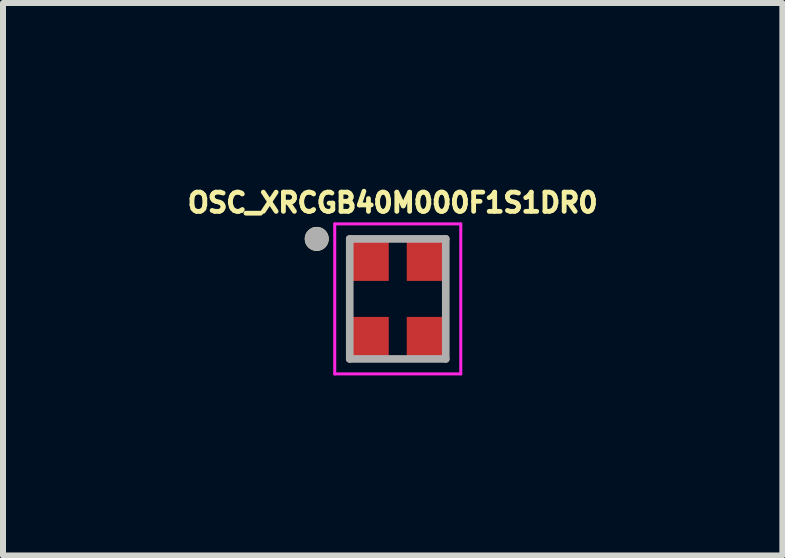
<source format=kicad_pcb>
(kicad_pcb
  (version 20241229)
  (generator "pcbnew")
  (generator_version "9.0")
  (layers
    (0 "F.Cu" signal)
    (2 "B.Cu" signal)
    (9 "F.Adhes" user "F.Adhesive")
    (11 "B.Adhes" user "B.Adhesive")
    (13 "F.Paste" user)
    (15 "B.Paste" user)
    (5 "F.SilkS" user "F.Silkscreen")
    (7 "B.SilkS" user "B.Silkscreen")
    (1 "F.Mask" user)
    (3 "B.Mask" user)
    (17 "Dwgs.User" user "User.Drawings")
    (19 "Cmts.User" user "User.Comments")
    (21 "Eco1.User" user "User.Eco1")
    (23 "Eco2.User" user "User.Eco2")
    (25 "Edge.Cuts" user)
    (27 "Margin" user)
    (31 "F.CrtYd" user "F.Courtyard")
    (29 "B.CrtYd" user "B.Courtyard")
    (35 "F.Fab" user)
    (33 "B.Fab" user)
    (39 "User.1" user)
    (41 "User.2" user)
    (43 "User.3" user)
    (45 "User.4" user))
  (footprint "OSC_XRCGB40M000F1S1DR0"
    (layer "F.Cu")
    (at 3.578 1.931)
    (property "Reference" "OSC_XRCGB40M000F1S1DR0" (at -0.084 -1.603 0) (layer "F.SilkS") (effects (font (size 0.32 0.32) (thickness 0.15))))
    (attr smd)
    (fp_circle (center -1.35 -1) (end -1.25 -1) (stroke (width 0.2) (type solid)) (fill no) (layer "F.SilkS"))
    (fp_line (start -1.05 -1.25) (end 1.05 -1.25) (stroke (width 0.05) (type solid)) (layer "F.CrtYd"))
    (fp_line (start -1.05 1.25) (end -1.05 -1.25) (stroke (width 0.05) (type solid)) (layer "F.CrtYd"))
    (fp_line (start 1.05 -1.25) (end 1.05 1.25) (stroke (width 0.05) (type solid)) (layer "F.CrtYd"))
    (fp_line (start 1.05 1.25) (end -1.05 1.25) (stroke (width 0.05) (type solid)) (layer "F.CrtYd"))
    (fp_line (start -0.8 -1) (end 0.8 -1) (stroke (width 0.127) (type solid)) (layer "F.Fab"))
    (fp_line (start -0.8 1) (end -0.8 -1) (stroke (width 0.127) (type solid)) (layer "F.Fab"))
    (fp_line (start 0.8 -1) (end 0.8 1) (stroke (width 0.127) (type solid)) (layer "F.Fab"))
    (fp_line (start 0.8 1) (end -0.8 1) (stroke (width 0.127) (type solid)) (layer "F.Fab"))
    (fp_circle (center -1.35 -1) (end -1.25 -1) (stroke (width 0.2) (type solid)) (fill no) (layer "F.Fab"))
    (pad "1" smd rect (at -0.5 -0.675) (size 0.7 0.75) (layers "F.Cu" "F.Mask" "F.Paste"))
    (pad "2" smd rect (at -0.5 0.675) (size 0.7 0.75) (layers "F.Cu" "F.Mask" "F.Paste"))
    (pad "3" smd rect (at 0.5 0.675) (size 0.7 0.75) (layers "F.Cu" "F.Mask" "F.Paste"))
    (pad "4" smd rect (at 0.5 -0.675) (size 0.7 0.75) (layers "F.Cu" "F.Mask" "F.Paste")))
  (gr_rect
    (start -3 -3)
    (end 9.987 6.206)
    (stroke (width 0.1) (type default))
    (fill no)
    (layer "Edge.Cuts")))
</source>
